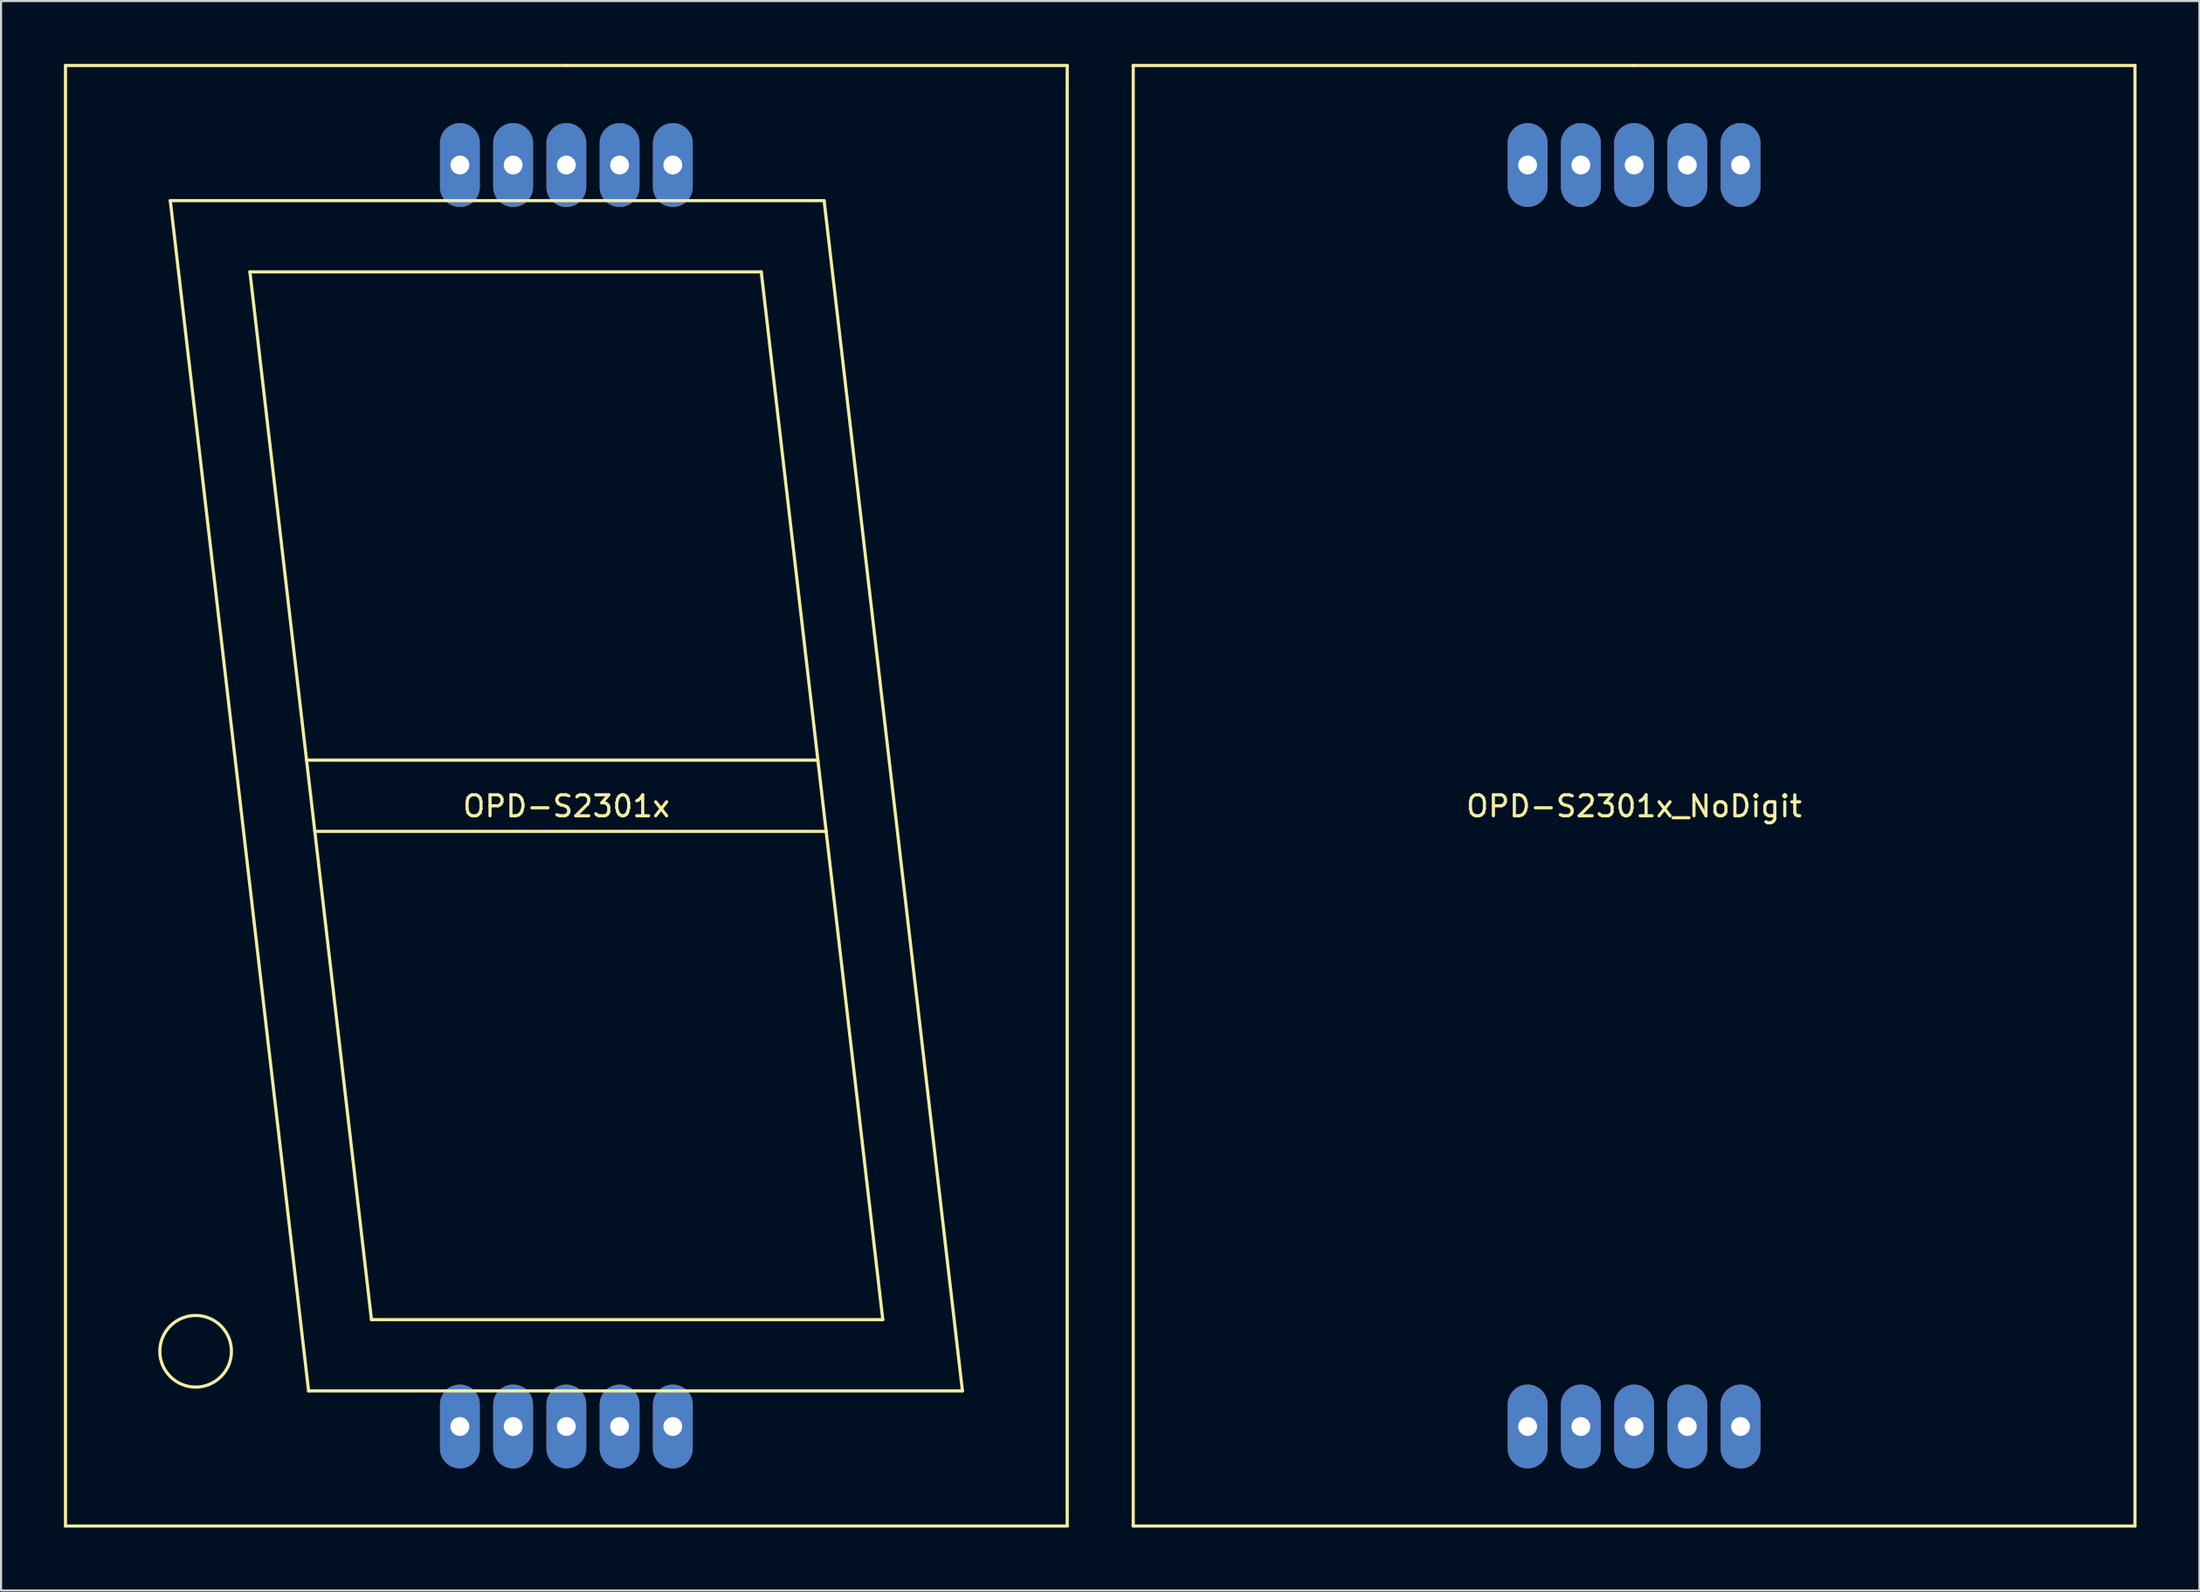
<source format=kicad_pcb>
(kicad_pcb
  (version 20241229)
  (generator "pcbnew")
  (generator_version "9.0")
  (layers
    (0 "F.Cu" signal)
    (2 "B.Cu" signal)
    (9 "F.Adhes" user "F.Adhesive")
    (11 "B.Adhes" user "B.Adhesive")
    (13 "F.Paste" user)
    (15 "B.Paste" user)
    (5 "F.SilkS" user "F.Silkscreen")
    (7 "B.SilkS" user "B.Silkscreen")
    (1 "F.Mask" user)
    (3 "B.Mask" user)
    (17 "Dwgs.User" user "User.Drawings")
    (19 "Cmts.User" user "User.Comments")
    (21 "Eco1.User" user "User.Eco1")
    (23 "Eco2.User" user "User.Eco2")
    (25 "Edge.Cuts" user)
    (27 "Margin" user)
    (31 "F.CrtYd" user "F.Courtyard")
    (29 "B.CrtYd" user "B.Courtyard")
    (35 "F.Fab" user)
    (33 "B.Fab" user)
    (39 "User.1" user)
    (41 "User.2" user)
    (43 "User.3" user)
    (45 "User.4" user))
  (footprint "OPD-S2301x"
    (layer "F.Cu")
    (at 23.975 34.925)
    (property "Reference" "OPD-S2301x" (at 0 0.5 0) (layer "F.SilkS") (effects (font (size 1 1) (thickness 0.15))))
    (attr through_hole)
    (fp_line (start -23.9 -34.85) (end 0 -34.85) (stroke (width 0.15) (type solid)) (layer "F.SilkS"))
    (fp_line (start -23.9 34.85) (end -23.9 -34.85) (stroke (width 0.15) (type solid)) (layer "F.SilkS"))
    (fp_line (start -18.9 -28.4) (end -12.3 28.4) (stroke (width 0.15) (type solid)) (layer "F.SilkS"))
    (fp_line (start -15.1 -25) (end -9.3 25) (stroke (width 0.15) (type solid)) (layer "F.SilkS"))
    (fp_line (start -12.4 -1.7) (end 12 -1.7) (stroke (width 0.15) (type solid)) (layer "F.SilkS"))
    (fp_line (start -12.3 28.4) (end 18.9 28.4) (stroke (width 0.15) (type solid)) (layer "F.SilkS"))
    (fp_line (start -9.3 25) (end 15.1 25) (stroke (width 0.15) (type solid)) (layer "F.SilkS"))
    (fp_line (start 0 -34.85) (end 23.9 -34.85) (stroke (width 0.15) (type solid)) (layer "F.SilkS"))
    (fp_line (start 0 -28.4) (end -18.9 -28.4) (stroke (width 0.15) (type solid)) (layer "F.SilkS"))
    (fp_line (start 0 -28.4) (end 12.3 -28.4) (stroke (width 0.15) (type solid)) (layer "F.SilkS"))
    (fp_line (start 9.3 -25) (end -15.1 -25) (stroke (width 0.15) (type solid)) (layer "F.SilkS"))
    (fp_line (start 12.4 1.7) (end -12 1.7) (stroke (width 0.15) (type solid)) (layer "F.SilkS"))
    (fp_line (start 15.1 25) (end 9.3 -25) (stroke (width 0.15) (type solid)) (layer "F.SilkS"))
    (fp_line (start 18.9 28.4) (end 12.3 -28.4) (stroke (width 0.15) (type solid)) (layer "F.SilkS"))
    (fp_line (start 23.9 -34.85) (end 23.9 34.85) (stroke (width 0.15) (type solid)) (layer "F.SilkS"))
    (fp_line (start 23.9 34.85) (end -23.9 34.85) (stroke (width 0.15) (type solid)) (layer "F.SilkS"))
    (fp_circle (center -17.69 26.51) (end -16.35 27.57) (stroke (width 0.15) (type solid)) (fill no) (layer "F.SilkS"))
    (pad "1" thru_hole oval (at 5.08 30.1) (size 1.9 4) (drill 0.9) (layers "*.Cu" "*.Mask"))
    (pad "2" thru_hole oval (at 2.54 30.1) (size 1.9 4) (drill 0.9) (layers "*.Cu" "*.Mask"))
    (pad "3" thru_hole oval (at 0 30.1) (size 1.9 4) (drill 0.9) (layers "*.Cu" "*.Mask"))
    (pad "4" thru_hole oval (at -2.54 30.1) (size 1.9 4) (drill 0.9) (layers "*.Cu" "*.Mask"))
    (pad "5" thru_hole oval (at -5.08 30.1) (size 1.9 4) (drill 0.9) (layers "*.Cu" "*.Mask"))
    (pad "6" thru_hole oval (at -5.08 -30.1) (size 1.9 4) (drill 0.9) (layers "*.Cu" "*.Mask"))
    (pad "7" thru_hole oval (at -2.54 -30.1) (size 1.9 4) (drill 0.9) (layers "*.Cu" "*.Mask"))
    (pad "8" thru_hole oval (at 0 -30.1) (size 1.9 4) (drill 0.9) (layers "*.Cu" "*.Mask"))
    (pad "9" thru_hole oval (at 2.54 -30.1) (size 1.9 4) (drill 0.9) (layers "*.Cu" "*.Mask"))
    (pad "10" thru_hole oval (at 5.08 -30.1) (size 1.9 4) (drill 0.9) (layers "*.Cu" "*.Mask")))
  (footprint "OPD-S2301x_NoDigit"
    (layer "F.Cu")
    (at 74.925 34.925)
    (property "Reference" "OPD-S2301x_NoDigit" (at 0 0.5 0) (layer "F.SilkS") (effects (font (size 1 1) (thickness 0.15))))
    (attr through_hole)
    (fp_line (start -23.9 -34.85) (end 0 -34.85) (stroke (width 0.15) (type solid)) (layer "F.SilkS"))
    (fp_line (start -23.9 34.85) (end -23.9 -34.85) (stroke (width 0.15) (type solid)) (layer "F.SilkS"))
    (fp_line (start 0 -34.85) (end 23.9 -34.85) (stroke (width 0.15) (type solid)) (layer "F.SilkS"))
    (fp_line (start 23.9 -34.85) (end 23.9 34.85) (stroke (width 0.15) (type solid)) (layer "F.SilkS"))
    (fp_line (start 23.9 34.85) (end -23.9 34.85) (stroke (width 0.15) (type solid)) (layer "F.SilkS"))
    (pad "1" thru_hole oval (at 5.08 30.1) (size 1.9 4) (drill 0.9) (layers "*.Cu" "*.Mask"))
    (pad "2" thru_hole oval (at 2.54 30.1) (size 1.9 4) (drill 0.9) (layers "*.Cu" "*.Mask"))
    (pad "3" thru_hole oval (at 0 30.1) (size 1.9 4) (drill 0.9) (layers "*.Cu" "*.Mask"))
    (pad "4" thru_hole oval (at -2.54 30.1) (size 1.9 4) (drill 0.9) (layers "*.Cu" "*.Mask"))
    (pad "5" thru_hole oval (at -5.08 30.1) (size 1.9 4) (drill 0.9) (layers "*.Cu" "*.Mask"))
    (pad "6" thru_hole oval (at -5.08 -30.1) (size 1.9 4) (drill 0.9) (layers "*.Cu" "*.Mask"))
    (pad "7" thru_hole oval (at -2.54 -30.1) (size 1.9 4) (drill 0.9) (layers "*.Cu" "*.Mask"))
    (pad "8" thru_hole oval (at 0 -30.1) (size 1.9 4) (drill 0.9) (layers "*.Cu" "*.Mask"))
    (pad "9" thru_hole oval (at 2.54 -30.1) (size 1.9 4) (drill 0.9) (layers "*.Cu" "*.Mask"))
    (pad "10" thru_hole oval (at 5.08 -30.1) (size 1.9 4) (drill 0.9) (layers "*.Cu" "*.Mask")))
  (gr_rect
    (start -3 -3)
    (end 101.9 72.85)
    (stroke (width 0.1) (type default))
    (fill no)
    (layer "Edge.Cuts")))
</source>
